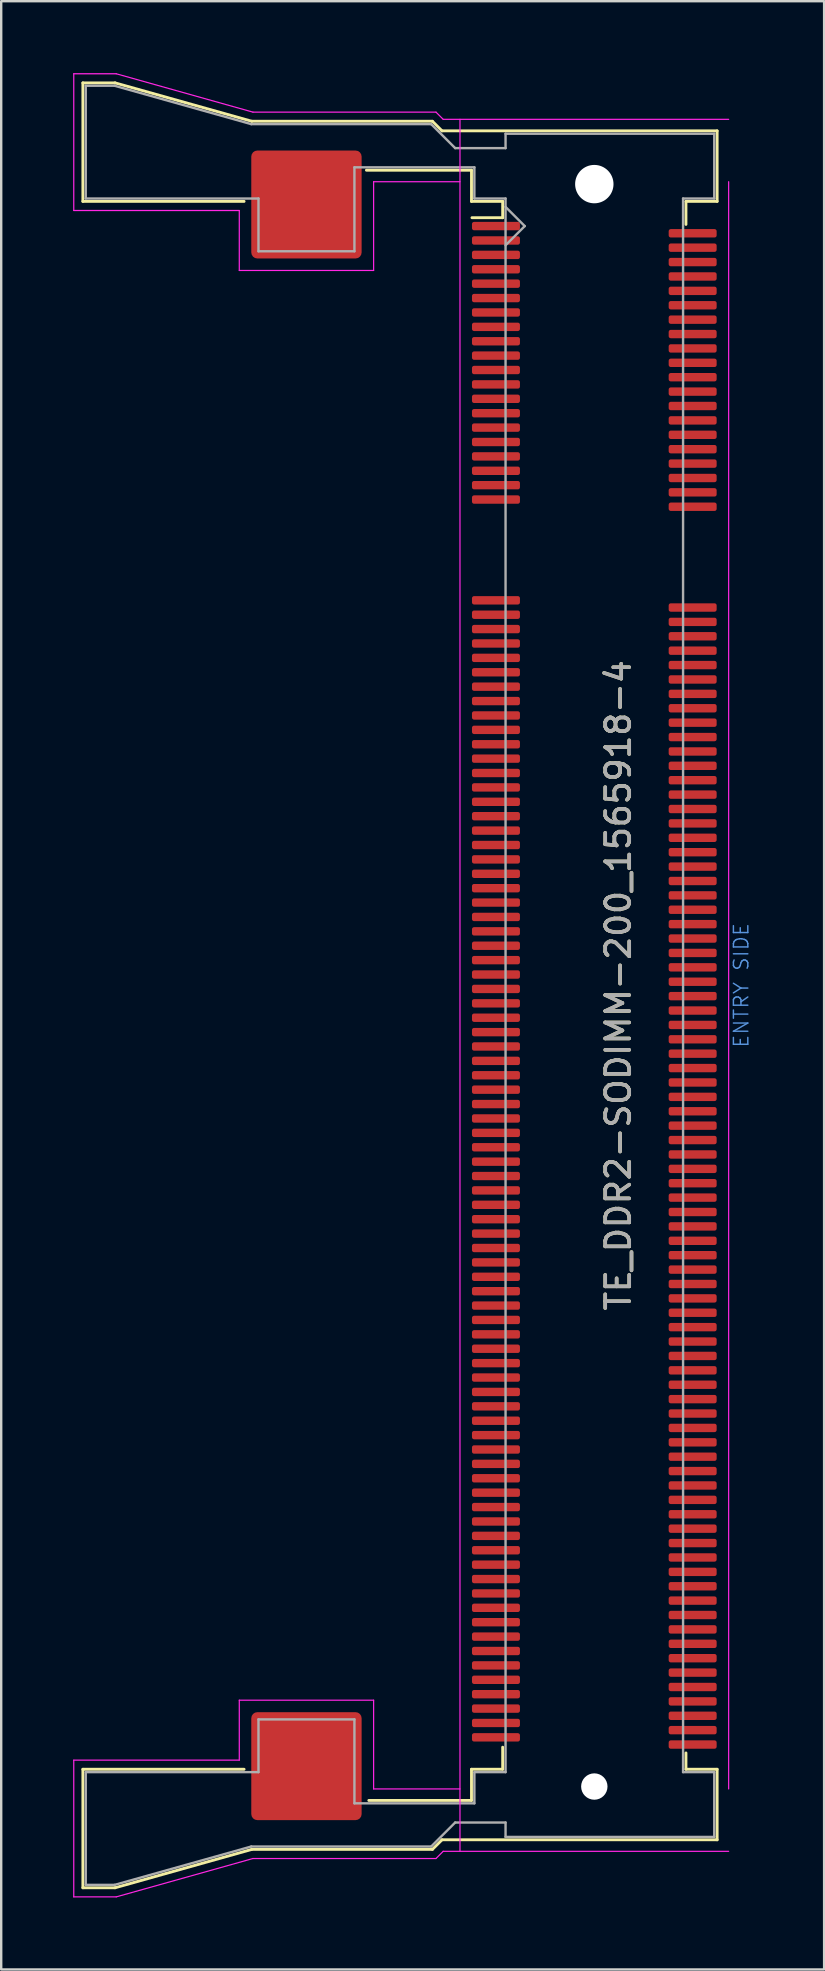
<source format=kicad_pcb>
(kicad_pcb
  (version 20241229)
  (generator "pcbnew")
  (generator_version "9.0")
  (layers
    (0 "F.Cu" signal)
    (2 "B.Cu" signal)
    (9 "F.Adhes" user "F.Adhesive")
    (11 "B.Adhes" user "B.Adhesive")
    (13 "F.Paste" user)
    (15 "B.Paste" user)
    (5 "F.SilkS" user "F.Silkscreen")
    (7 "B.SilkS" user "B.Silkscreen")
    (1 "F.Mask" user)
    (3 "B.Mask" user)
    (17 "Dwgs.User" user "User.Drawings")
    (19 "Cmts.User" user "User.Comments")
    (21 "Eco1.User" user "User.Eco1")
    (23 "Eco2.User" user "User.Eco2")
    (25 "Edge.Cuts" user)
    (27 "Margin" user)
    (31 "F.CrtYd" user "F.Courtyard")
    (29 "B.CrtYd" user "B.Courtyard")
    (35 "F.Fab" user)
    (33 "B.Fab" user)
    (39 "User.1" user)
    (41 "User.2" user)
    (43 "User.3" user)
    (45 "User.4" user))
  (footprint "TE_DDR2-SODIMM-200_1565918-4"
    (layer "F.Cu")
    (at 26.325 38.025)
    (property "Reference" "TE_DDR2-SODIMM-200_1565918-4" (at -3.6 0 90) (layer "F.SilkS") (effects (font (size 1 1) (thickness 0.15))))
    (attr smd)
    (fp_line (start -25.92 -37.62) (end -25.92 -32.68) (stroke (width 0.12) (type solid)) (layer "F.SilkS"))
    (fp_line (start -25.92 37.62) (end -25.92 32.68) (stroke (width 0.12) (type solid)) (layer "F.SilkS"))
    (fp_line (start -24.58 -37.62) (end -25.92 -37.62) (stroke (width 0.12) (type solid)) (layer "F.SilkS"))
    (fp_line (start -24.58 37.62) (end -25.92 37.62) (stroke (width 0.12) (type solid)) (layer "F.SilkS"))
    (fp_line (start -19.2 -32.68) (end -25.92 -32.68) (stroke (width 0.12) (type solid)) (layer "F.SilkS"))
    (fp_line (start -19.2 32.68) (end -25.92 32.68) (stroke (width 0.12) (type solid)) (layer "F.SilkS"))
    (fp_line (start -18.88 -36.02) (end -24.58 -37.62) (stroke (width 0.12) (type solid)) (layer "F.SilkS"))
    (fp_line (start -18.88 -36.02) (end -11.35 -36.02) (stroke (width 0.12) (type solid)) (layer "F.SilkS"))
    (fp_line (start -18.88 36.02) (end -24.58 37.62) (stroke (width 0.12) (type solid)) (layer "F.SilkS"))
    (fp_line (start -18.88 36.02) (end -11.35 36.02) (stroke (width 0.12) (type solid)) (layer "F.SilkS"))
    (fp_line (start -14 33.98) (end -9.72 33.98) (stroke (width 0.12) (type solid)) (layer "F.SilkS"))
    (fp_line (start -10.95 -35.62) (end -11.35 -36.02) (stroke (width 0.12) (type solid)) (layer "F.SilkS"))
    (fp_line (start -10.95 35.62) (end -11.35 36.02) (stroke (width 0.12) (type solid)) (layer "F.SilkS"))
    (fp_line (start -9.72 -33.98) (end -14.1 -33.98) (stroke (width 0.12) (type solid)) (layer "F.SilkS"))
    (fp_line (start -9.72 -32.68) (end -9.72 -33.98) (stroke (width 0.12) (type solid)) (layer "F.SilkS"))
    (fp_line (start -9.72 33.98) (end -9.72 32.68) (stroke (width 0.12) (type solid)) (layer "F.SilkS"))
    (fp_line (start -9.7 -32) (end -8.42 -32) (stroke (width 0.12) (type solid)) (layer "F.SilkS"))
    (fp_line (start -8.42 -32.68) (end -9.72 -32.68) (stroke (width 0.12) (type solid)) (layer "F.SilkS"))
    (fp_line (start -8.42 -32.68) (end -8.42 -32) (stroke (width 0.12) (type solid)) (layer "F.SilkS"))
    (fp_line (start -8.42 32.68) (end -9.72 32.68) (stroke (width 0.12) (type solid)) (layer "F.SilkS"))
    (fp_line (start -8.42 32.68) (end -8.42 31.76) (stroke (width 0.12) (type solid)) (layer "F.SilkS"))
    (fp_line (start -0.78 -32.68) (end -0.78 -31.72) (stroke (width 0.12) (type solid)) (layer "F.SilkS"))
    (fp_line (start -0.78 -32.68) (end 0.52 -32.68) (stroke (width 0.12) (type solid)) (layer "F.SilkS"))
    (fp_line (start -0.78 32.68) (end -0.78 32) (stroke (width 0.12) (type solid)) (layer "F.SilkS"))
    (fp_line (start 0.52 -35.62) (end -10.95 -35.62) (stroke (width 0.12) (type solid)) (layer "F.SilkS"))
    (fp_line (start 0.52 -32.68) (end 0.52 -35.62) (stroke (width 0.12) (type solid)) (layer "F.SilkS"))
    (fp_line (start 0.52 32.68) (end -0.78 32.68) (stroke (width 0.12) (type solid)) (layer "F.SilkS"))
    (fp_line (start 0.52 32.68) (end 0.52 35.62) (stroke (width 0.12) (type solid)) (layer "F.SilkS"))
    (fp_line (start 0.52 35.62) (end -10.95 35.62) (stroke (width 0.12) (type solid)) (layer "F.SilkS"))
    (fp_line (start -26.3 -38) (end -24.53 -38) (stroke (width 0.05) (type solid)) (layer "F.CrtYd"))
    (fp_line (start -26.3 -32.3) (end -26.3 -38) (stroke (width 0.05) (type solid)) (layer "F.CrtYd"))
    (fp_line (start -26.3 -32.3) (end -19.4 -32.3) (stroke (width 0.05) (type solid)) (layer "F.CrtYd"))
    (fp_line (start -26.3 32.3) (end -26.3 38) (stroke (width 0.05) (type solid)) (layer "F.CrtYd"))
    (fp_line (start -26.3 32.3) (end -19.4 32.3) (stroke (width 0.05) (type solid)) (layer "F.CrtYd"))
    (fp_line (start -26.3 38) (end -24.53 38) (stroke (width 0.05) (type solid)) (layer "F.CrtYd"))
    (fp_line (start -19.4 -29.8) (end -19.4 -32.3) (stroke (width 0.05) (type solid)) (layer "F.CrtYd"))
    (fp_line (start -19.4 -29.8) (end -13.8 -29.8) (stroke (width 0.05) (type solid)) (layer "F.CrtYd"))
    (fp_line (start -19.4 29.8) (end -19.4 32.3) (stroke (width 0.05) (type solid)) (layer "F.CrtYd"))
    (fp_line (start -19.4 29.8) (end -13.8 29.8) (stroke (width 0.05) (type solid)) (layer "F.CrtYd"))
    (fp_line (start -18.83 -36.4) (end -24.53 -38) (stroke (width 0.05) (type solid)) (layer "F.CrtYd"))
    (fp_line (start -18.83 -36.4) (end -11.2 -36.4) (stroke (width 0.05) (type solid)) (layer "F.CrtYd"))
    (fp_line (start -18.83 36.4) (end -24.53 38) (stroke (width 0.05) (type solid)) (layer "F.CrtYd"))
    (fp_line (start -18.83 36.4) (end -11.2 36.4) (stroke (width 0.05) (type solid)) (layer "F.CrtYd"))
    (fp_line (start -13.8 -33.5) (end -10.2 -33.5) (stroke (width 0.05) (type solid)) (layer "F.CrtYd"))
    (fp_line (start -13.8 -29.8) (end -13.8 -33.5) (stroke (width 0.05) (type solid)) (layer "F.CrtYd"))
    (fp_line (start -13.8 29.8) (end -13.8 33.5) (stroke (width 0.05) (type solid)) (layer "F.CrtYd"))
    (fp_line (start -13.8 33.5) (end -10.2 33.5) (stroke (width 0.05) (type solid)) (layer "F.CrtYd"))
    (fp_line (start -11.2 -36.4) (end -10.9 -36.1) (stroke (width 0.05) (type solid)) (layer "F.CrtYd"))
    (fp_line (start -10.9 36.1) (end -11.2 36.4) (stroke (width 0.05) (type solid)) (layer "F.CrtYd"))
    (fp_line (start -10.2 -36.1) (end -10.2 36.1) (stroke (width 0.05) (type solid)) (layer "F.CrtYd"))
    (fp_line (start 1 -36.1) (end -10.9 -36.1) (stroke (width 0.05) (type solid)) (layer "F.CrtYd"))
    (fp_line (start 1 -33.5) (end 1 33.5) (stroke (width 0.05) (type solid)) (layer "F.CrtYd"))
    (fp_line (start 1 36.1) (end -10.9 36.1) (stroke (width 0.05) (type solid)) (layer "F.CrtYd"))
    (fp_line (start -25.8 -37.5) (end -25.8 -32.8) (stroke (width 0.1) (type solid)) (layer "F.Fab"))
    (fp_line (start -25.8 -37.5) (end -24.6 -37.5) (stroke (width 0.1) (type solid)) (layer "F.Fab"))
    (fp_line (start -25.8 37.5) (end -25.8 32.8) (stroke (width 0.1) (type solid)) (layer "F.Fab"))
    (fp_line (start -25.8 37.5) (end -24.6 37.5) (stroke (width 0.1) (type solid)) (layer "F.Fab"))
    (fp_line (start -18.9 -35.9) (end -24.599 -37.5) (stroke (width 0.1) (type solid)) (layer "F.Fab"))
    (fp_line (start -18.9 -35.9) (end -11.4 -35.9) (stroke (width 0.1) (type solid)) (layer "F.Fab"))
    (fp_line (start -18.9 35.9) (end -24.6 37.5) (stroke (width 0.1) (type solid)) (layer "F.Fab"))
    (fp_line (start -18.9 35.9) (end -11.4 35.9) (stroke (width 0.1) (type solid)) (layer "F.Fab"))
    (fp_line (start -18.6 -32.8) (end -25.8 -32.8) (stroke (width 0.1) (type solid)) (layer "F.Fab"))
    (fp_line (start -18.6 -30.6) (end -18.6 -32.8) (stroke (width 0.1) (type solid)) (layer "F.Fab"))
    (fp_line (start -18.6 30.6) (end -18.6 32.8) (stroke (width 0.1) (type solid)) (layer "F.Fab"))
    (fp_line (start -18.6 32.8) (end -25.8 32.8) (stroke (width 0.1) (type solid)) (layer "F.Fab"))
    (fp_line (start -14.6 -34.1) (end -14.6 -30.6) (stroke (width 0.1) (type solid)) (layer "F.Fab"))
    (fp_line (start -14.6 -30.6) (end -18.6 -30.6) (stroke (width 0.1) (type solid)) (layer "F.Fab"))
    (fp_line (start -14.6 30.6) (end -18.6 30.6) (stroke (width 0.1) (type solid)) (layer "F.Fab"))
    (fp_line (start -14.6 34.1) (end -14.6 30.6) (stroke (width 0.1) (type solid)) (layer "F.Fab"))
    (fp_line (start -10.4 -34.9) (end -11.4 -35.9) (stroke (width 0.1) (type solid)) (layer "F.Fab"))
    (fp_line (start -10.4 -34.9) (end -8.3 -34.9) (stroke (width 0.1) (type solid)) (layer "F.Fab"))
    (fp_line (start -10.4 34.9) (end -11.4 35.9) (stroke (width 0.1) (type solid)) (layer "F.Fab"))
    (fp_line (start -9.6 -34.1) (end -14.6 -34.1) (stroke (width 0.1) (type solid)) (layer "F.Fab"))
    (fp_line (start -9.6 -32.8) (end -9.6 -34.1) (stroke (width 0.1) (type solid)) (layer "F.Fab"))
    (fp_line (start -9.6 32.8) (end -8.3 32.8) (stroke (width 0.1) (type solid)) (layer "F.Fab"))
    (fp_line (start -9.6 34.1) (end -14.6 34.1) (stroke (width 0.1) (type solid)) (layer "F.Fab"))
    (fp_line (start -9.6 34.1) (end -9.6 32.8) (stroke (width 0.1) (type solid)) (layer "F.Fab"))
    (fp_line (start -8.3 -35.5) (end -8.3 -34.9) (stroke (width 0.1) (type solid)) (layer "F.Fab"))
    (fp_line (start -8.3 -32.8) (end -9.6 -32.8) (stroke (width 0.1) (type solid)) (layer "F.Fab"))
    (fp_line (start -8.3 32.8) (end -8.3 -32.8) (stroke (width 0.1) (type solid)) (layer "F.Fab"))
    (fp_line (start -8.3 34.9) (end -10.4 34.9) (stroke (width 0.1) (type solid)) (layer "F.Fab"))
    (fp_line (start -8.3 34.9) (end -8.3 35.5) (stroke (width 0.1) (type solid)) (layer "F.Fab"))
    (fp_line (start -8.3 35.5) (end 0.4 35.5) (stroke (width 0.1) (type solid)) (layer "F.Fab"))
    (fp_line (start -7.5 -31.65) (end -8.3 -32.45) (stroke (width 0.1) (type solid)) (layer "F.Fab"))
    (fp_line (start -7.5 -31.65) (end -8.3 -30.85) (stroke (width 0.1) (type solid)) (layer "F.Fab"))
    (fp_line (start -0.9 -32.8) (end -0.9 32.8) (stroke (width 0.1) (type solid)) (layer "F.Fab"))
    (fp_line (start 0.4 -35.5) (end -8.3 -35.5) (stroke (width 0.1) (type solid)) (layer "F.Fab"))
    (fp_line (start 0.4 -35.5) (end 0.4 -32.8) (stroke (width 0.1) (type solid)) (layer "F.Fab"))
    (fp_line (start 0.4 -32.8) (end -0.9 -32.8) (stroke (width 0.1) (type solid)) (layer "F.Fab"))
    (fp_line (start 0.4 32.8) (end -0.9 32.8) (stroke (width 0.1) (type solid)) (layer "F.Fab"))
    (fp_line (start 0.4 35.5) (end 0.4 32.8) (stroke (width 0.1) (type solid)) (layer "F.Fab"))
    (fp_text user "ENTRY SIDE" (at 1.524 0 90) (layer "Cmts.User") (effects (font (size 0.6 0.6) (thickness 0.06))))
    (fp_text user "${REFERENCE}" (at -3.6 0 90) (layer "F.Fab") (effects (font (size 1 1) (thickness 0.15))))
    (pad "" smd roundrect (at -16.6 -32.55) (size 4.6 4.5) (layers "F.Cu" "F.Mask" "F.Paste") (roundrect_rratio 0.056))
    (pad "" smd roundrect (at -16.6 32.55) (size 4.6 4.5) (layers "F.Cu" "F.Mask" "F.Paste") (roundrect_rratio 0.056))
    (pad "" np_thru_hole circle (at -4.6 -33.4) (size 1.6 1.6) (drill 1.6) (layers "*.Cu"))
    (pad "" np_thru_hole circle (at -4.6 33.4) (size 1.1 1.1) (drill 1.1) (layers "*.Cu"))
    (pad "1" smd roundrect (at -8.7 -31.65) (size 2 0.35) (layers "F.Cu" "F.Mask" "F.Paste") (roundrect_rratio 0.25))
    (pad "2" smd roundrect (at -0.5 -31.35) (size 2 0.35) (layers "F.Cu" "F.Mask" "F.Paste") (roundrect_rratio 0.25))
    (pad "3" smd roundrect (at -8.7 -31.05) (size 2 0.35) (layers "F.Cu" "F.Mask" "F.Paste") (roundrect_rratio 0.25))
    (pad "4" smd roundrect (at -0.5 -30.75) (size 2 0.35) (layers "F.Cu" "F.Mask" "F.Paste") (roundrect_rratio 0.25))
    (pad "5" smd roundrect (at -8.7 -30.45) (size 2 0.35) (layers "F.Cu" "F.Mask" "F.Paste") (roundrect_rratio 0.25))
    (pad "6" smd roundrect (at -0.5 -30.15) (size 2 0.35) (layers "F.Cu" "F.Mask" "F.Paste") (roundrect_rratio 0.25))
    (pad "7" smd roundrect (at -8.7 -29.85) (size 2 0.35) (layers "F.Cu" "F.Mask" "F.Paste") (roundrect_rratio 0.25))
    (pad "8" smd roundrect (at -0.5 -29.55) (size 2 0.35) (layers "F.Cu" "F.Mask" "F.Paste") (roundrect_rratio 0.25))
    (pad "9" smd roundrect (at -8.7 -29.25) (size 2 0.35) (layers "F.Cu" "F.Mask" "F.Paste") (roundrect_rratio 0.25))
    (pad "10" smd roundrect (at -0.5 -28.95) (size 2 0.35) (layers "F.Cu" "F.Mask" "F.Paste") (roundrect_rratio 0.25))
    (pad "11" smd roundrect (at -8.7 -28.65) (size 2 0.35) (layers "F.Cu" "F.Mask" "F.Paste") (roundrect_rratio 0.25))
    (pad "12" smd roundrect (at -0.5 -28.35) (size 2 0.35) (layers "F.Cu" "F.Mask" "F.Paste") (roundrect_rratio 0.25))
    (pad "13" smd roundrect (at -8.7 -28.05) (size 2 0.35) (layers "F.Cu" "F.Mask" "F.Paste") (roundrect_rratio 0.25))
    (pad "14" smd roundrect (at -0.5 -27.75) (size 2 0.35) (layers "F.Cu" "F.Mask" "F.Paste") (roundrect_rratio 0.25))
    (pad "15" smd roundrect (at -8.7 -27.45) (size 2 0.35) (layers "F.Cu" "F.Mask" "F.Paste") (roundrect_rratio 0.25))
    (pad "16" smd roundrect (at -0.5 -27.15) (size 2 0.35) (layers "F.Cu" "F.Mask" "F.Paste") (roundrect_rratio 0.25))
    (pad "17" smd roundrect (at -8.7 -26.85) (size 2 0.35) (layers "F.Cu" "F.Mask" "F.Paste") (roundrect_rratio 0.25))
    (pad "18" smd roundrect (at -0.5 -26.55) (size 2 0.35) (layers "F.Cu" "F.Mask" "F.Paste") (roundrect_rratio 0.25))
    (pad "19" smd roundrect (at -8.7 -26.25) (size 2 0.35) (layers "F.Cu" "F.Mask" "F.Paste") (roundrect_rratio 0.25))
    (pad "20" smd roundrect (at -0.5 -25.95) (size 2 0.35) (layers "F.Cu" "F.Mask" "F.Paste") (roundrect_rratio 0.25))
    (pad "21" smd roundrect (at -8.7 -25.65) (size 2 0.35) (layers "F.Cu" "F.Mask" "F.Paste") (roundrect_rratio 0.25))
    (pad "22" smd roundrect (at -0.5 -25.35) (size 2 0.35) (layers "F.Cu" "F.Mask" "F.Paste") (roundrect_rratio 0.25))
    (pad "23" smd roundrect (at -8.7 -25.05) (size 2 0.35) (layers "F.Cu" "F.Mask" "F.Paste") (roundrect_rratio 0.25))
    (pad "24" smd roundrect (at -0.5 -24.75) (size 2 0.35) (layers "F.Cu" "F.Mask" "F.Paste") (roundrect_rratio 0.25))
    (pad "25" smd roundrect (at -8.7 -24.45) (size 2 0.35) (layers "F.Cu" "F.Mask" "F.Paste") (roundrect_rratio 0.25))
    (pad "26" smd roundrect (at -0.5 -24.15) (size 2 0.35) (layers "F.Cu" "F.Mask" "F.Paste") (roundrect_rratio 0.25))
    (pad "27" smd roundrect (at -8.7 -23.85) (size 2 0.35) (layers "F.Cu" "F.Mask" "F.Paste") (roundrect_rratio 0.25))
    (pad "28" smd roundrect (at -0.5 -23.55) (size 2 0.35) (layers "F.Cu" "F.Mask" "F.Paste") (roundrect_rratio 0.25))
    (pad "29" smd roundrect (at -8.7 -23.25) (size 2 0.35) (layers "F.Cu" "F.Mask" "F.Paste") (roundrect_rratio 0.25))
    (pad "30" smd roundrect (at -0.5 -22.95) (size 2 0.35) (layers "F.Cu" "F.Mask" "F.Paste") (roundrect_rratio 0.25))
    (pad "31" smd roundrect (at -8.7 -22.65) (size 2 0.35) (layers "F.Cu" "F.Mask" "F.Paste") (roundrect_rratio 0.25))
    (pad "32" smd roundrect (at -0.5 -22.35) (size 2 0.35) (layers "F.Cu" "F.Mask" "F.Paste") (roundrect_rratio 0.25))
    (pad "33" smd roundrect (at -8.7 -22.05) (size 2 0.35) (layers "F.Cu" "F.Mask" "F.Paste") (roundrect_rratio 0.25))
    (pad "34" smd roundrect (at -0.5 -21.75) (size 2 0.35) (layers "F.Cu" "F.Mask" "F.Paste") (roundrect_rratio 0.25))
    (pad "35" smd roundrect (at -8.7 -21.45) (size 2 0.35) (layers "F.Cu" "F.Mask" "F.Paste") (roundrect_rratio 0.25))
    (pad "36" smd roundrect (at -0.5 -21.15) (size 2 0.35) (layers "F.Cu" "F.Mask" "F.Paste") (roundrect_rratio 0.25))
    (pad "37" smd roundrect (at -8.7 -20.85) (size 2 0.35) (layers "F.Cu" "F.Mask" "F.Paste") (roundrect_rratio 0.25))
    (pad "38" smd roundrect (at -0.5 -20.55) (size 2 0.35) (layers "F.Cu" "F.Mask" "F.Paste") (roundrect_rratio 0.25))
    (pad "39" smd roundrect (at -8.7 -20.25) (size 2 0.35) (layers "F.Cu" "F.Mask" "F.Paste") (roundrect_rratio 0.25))
    (pad "40" smd roundrect (at -0.5 -19.95) (size 2 0.35) (layers "F.Cu" "F.Mask" "F.Paste") (roundrect_rratio 0.25))
    (pad "41" smd roundrect (at -8.7 -16.05) (size 2 0.35) (layers "F.Cu" "F.Mask" "F.Paste") (roundrect_rratio 0.25))
    (pad "42" smd roundrect (at -0.5 -15.75) (size 2 0.35) (layers "F.Cu" "F.Mask" "F.Paste") (roundrect_rratio 0.25))
    (pad "43" smd roundrect (at -8.7 -15.45) (size 2 0.35) (layers "F.Cu" "F.Mask" "F.Paste") (roundrect_rratio 0.25))
    (pad "44" smd roundrect (at -0.5 -15.15) (size 2 0.35) (layers "F.Cu" "F.Mask" "F.Paste") (roundrect_rratio 0.25))
    (pad "45" smd roundrect (at -8.7 -14.85) (size 2 0.35) (layers "F.Cu" "F.Mask" "F.Paste") (roundrect_rratio 0.25))
    (pad "46" smd roundrect (at -0.5 -14.55) (size 2 0.35) (layers "F.Cu" "F.Mask" "F.Paste") (roundrect_rratio 0.25))
    (pad "47" smd roundrect (at -8.7 -14.25) (size 2 0.35) (layers "F.Cu" "F.Mask" "F.Paste") (roundrect_rratio 0.25))
    (pad "48" smd roundrect (at -0.5 -13.95) (size 2 0.35) (layers "F.Cu" "F.Mask" "F.Paste") (roundrect_rratio 0.25))
    (pad "49" smd roundrect (at -8.7 -13.65) (size 2 0.35) (layers "F.Cu" "F.Mask" "F.Paste") (roundrect_rratio 0.25))
    (pad "50" smd roundrect (at -0.5 -13.35) (size 2 0.35) (layers "F.Cu" "F.Mask" "F.Paste") (roundrect_rratio 0.25))
    (pad "51" smd roundrect (at -8.7 -13.05) (size 2 0.35) (layers "F.Cu" "F.Mask" "F.Paste") (roundrect_rratio 0.25))
    (pad "52" smd roundrect (at -0.5 -12.75) (size 2 0.35) (layers "F.Cu" "F.Mask" "F.Paste") (roundrect_rratio 0.25))
    (pad "53" smd roundrect (at -8.7 -12.45) (size 2 0.35) (layers "F.Cu" "F.Mask" "F.Paste") (roundrect_rratio 0.25))
    (pad "54" smd roundrect (at -0.5 -12.15) (size 2 0.35) (layers "F.Cu" "F.Mask" "F.Paste") (roundrect_rratio 0.25))
    (pad "55" smd roundrect (at -8.7 -11.85) (size 2 0.35) (layers "F.Cu" "F.Mask" "F.Paste") (roundrect_rratio 0.25))
    (pad "56" smd roundrect (at -0.5 -11.55) (size 2 0.35) (layers "F.Cu" "F.Mask" "F.Paste") (roundrect_rratio 0.25))
    (pad "57" smd roundrect (at -8.7 -11.25) (size 2 0.35) (layers "F.Cu" "F.Mask" "F.Paste") (roundrect_rratio 0.25))
    (pad "58" smd roundrect (at -0.5 -10.95) (size 2 0.35) (layers "F.Cu" "F.Mask" "F.Paste") (roundrect_rratio 0.25))
    (pad "59" smd roundrect (at -8.7 -10.65) (size 2 0.35) (layers "F.Cu" "F.Mask" "F.Paste") (roundrect_rratio 0.25))
    (pad "60" smd roundrect (at -0.5 -10.35) (size 2 0.35) (layers "F.Cu" "F.Mask" "F.Paste") (roundrect_rratio 0.25))
    (pad "61" smd roundrect (at -8.7 -10.05) (size 2 0.35) (layers "F.Cu" "F.Mask" "F.Paste") (roundrect_rratio 0.25))
    (pad "62" smd roundrect (at -0.5 -9.75) (size 2 0.35) (layers "F.Cu" "F.Mask" "F.Paste") (roundrect_rratio 0.25))
    (pad "63" smd roundrect (at -8.7 -9.45) (size 2 0.35) (layers "F.Cu" "F.Mask" "F.Paste") (roundrect_rratio 0.25))
    (pad "64" smd roundrect (at -0.5 -9.15) (size 2 0.35) (layers "F.Cu" "F.Mask" "F.Paste") (roundrect_rratio 0.25))
    (pad "65" smd roundrect (at -8.7 -8.85) (size 2 0.35) (layers "F.Cu" "F.Mask" "F.Paste") (roundrect_rratio 0.25))
    (pad "66" smd roundrect (at -0.5 -8.55) (size 2 0.35) (layers "F.Cu" "F.Mask" "F.Paste") (roundrect_rratio 0.25))
    (pad "67" smd roundrect (at -8.7 -8.25) (size 2 0.35) (layers "F.Cu" "F.Mask" "F.Paste") (roundrect_rratio 0.25))
    (pad "68" smd roundrect (at -0.5 -7.95) (size 2 0.35) (layers "F.Cu" "F.Mask" "F.Paste") (roundrect_rratio 0.25))
    (pad "69" smd roundrect (at -8.7 -7.65) (size 2 0.35) (layers "F.Cu" "F.Mask" "F.Paste") (roundrect_rratio 0.25))
    (pad "70" smd roundrect (at -0.5 -7.35) (size 2 0.35) (layers "F.Cu" "F.Mask" "F.Paste") (roundrect_rratio 0.25))
    (pad "71" smd roundrect (at -8.7 -7.05) (size 2 0.35) (layers "F.Cu" "F.Mask" "F.Paste") (roundrect_rratio 0.25))
    (pad "72" smd roundrect (at -0.5 -6.75) (size 2 0.35) (layers "F.Cu" "F.Mask" "F.Paste") (roundrect_rratio 0.25))
    (pad "73" smd roundrect (at -8.7 -6.45) (size 2 0.35) (layers "F.Cu" "F.Mask" "F.Paste") (roundrect_rratio 0.25))
    (pad "74" smd roundrect (at -0.5 -6.15) (size 2 0.35) (layers "F.Cu" "F.Mask" "F.Paste") (roundrect_rratio 0.25))
    (pad "75" smd roundrect (at -8.7 -5.85) (size 2 0.35) (layers "F.Cu" "F.Mask" "F.Paste") (roundrect_rratio 0.25))
    (pad "76" smd roundrect (at -0.5 -5.55) (size 2 0.35) (layers "F.Cu" "F.Mask" "F.Paste") (roundrect_rratio 0.25))
    (pad "77" smd roundrect (at -8.7 -5.25) (size 2 0.35) (layers "F.Cu" "F.Mask" "F.Paste") (roundrect_rratio 0.25))
    (pad "78" smd roundrect (at -0.5 -4.95) (size 2 0.35) (layers "F.Cu" "F.Mask" "F.Paste") (roundrect_rratio 0.25))
    (pad "79" smd roundrect (at -8.7 -4.65) (size 2 0.35) (layers "F.Cu" "F.Mask" "F.Paste") (roundrect_rratio 0.25))
    (pad "80" smd roundrect (at -0.5 -4.35) (size 2 0.35) (layers "F.Cu" "F.Mask" "F.Paste") (roundrect_rratio 0.25))
    (pad "81" smd roundrect (at -8.7 -4.05) (size 2 0.35) (layers "F.Cu" "F.Mask" "F.Paste") (roundrect_rratio 0.25))
    (pad "82" smd roundrect (at -0.5 -3.75) (size 2 0.35) (layers "F.Cu" "F.Mask" "F.Paste") (roundrect_rratio 0.25))
    (pad "83" smd roundrect (at -8.7 -3.45) (size 2 0.35) (layers "F.Cu" "F.Mask" "F.Paste") (roundrect_rratio 0.25))
    (pad "84" smd roundrect (at -0.5 -3.15) (size 2 0.35) (layers "F.Cu" "F.Mask" "F.Paste") (roundrect_rratio 0.25))
    (pad "85" smd roundrect (at -8.7 -2.85) (size 2 0.35) (layers "F.Cu" "F.Mask" "F.Paste") (roundrect_rratio 0.25))
    (pad "86" smd roundrect (at -0.5 -2.55) (size 2 0.35) (layers "F.Cu" "F.Mask" "F.Paste") (roundrect_rratio 0.25))
    (pad "87" smd roundrect (at -8.7 -2.25) (size 2 0.35) (layers "F.Cu" "F.Mask" "F.Paste") (roundrect_rratio 0.25))
    (pad "88" smd roundrect (at -0.5 -1.95) (size 2 0.35) (layers "F.Cu" "F.Mask" "F.Paste") (roundrect_rratio 0.25))
    (pad "89" smd roundrect (at -8.7 -1.65) (size 2 0.35) (layers "F.Cu" "F.Mask" "F.Paste") (roundrect_rratio 0.25))
    (pad "90" smd roundrect (at -0.5 -1.35) (size 2 0.35) (layers "F.Cu" "F.Mask" "F.Paste") (roundrect_rratio 0.25))
    (pad "91" smd roundrect (at -8.7 -1.05) (size 2 0.35) (layers "F.Cu" "F.Mask" "F.Paste") (roundrect_rratio 0.25))
    (pad "92" smd roundrect (at -0.5 -0.75) (size 2 0.35) (layers "F.Cu" "F.Mask" "F.Paste") (roundrect_rratio 0.25))
    (pad "93" smd roundrect (at -8.7 -0.45) (size 2 0.35) (layers "F.Cu" "F.Mask" "F.Paste") (roundrect_rratio 0.25))
    (pad "94" smd roundrect (at -0.5 -0.15) (size 2 0.35) (layers "F.Cu" "F.Mask" "F.Paste") (roundrect_rratio 0.25))
    (pad "95" smd roundrect (at -8.7 0.15) (size 2 0.35) (layers "F.Cu" "F.Mask" "F.Paste") (roundrect_rratio 0.25))
    (pad "96" smd roundrect (at -0.5 0.45) (size 2 0.35) (layers "F.Cu" "F.Mask" "F.Paste") (roundrect_rratio 0.25))
    (pad "97" smd roundrect (at -8.7 0.75) (size 2 0.35) (layers "F.Cu" "F.Mask" "F.Paste") (roundrect_rratio 0.25))
    (pad "98" smd roundrect (at -0.5 1.05) (size 2 0.35) (layers "F.Cu" "F.Mask" "F.Paste") (roundrect_rratio 0.25))
    (pad "99" smd roundrect (at -8.7 1.35) (size 2 0.35) (layers "F.Cu" "F.Mask" "F.Paste") (roundrect_rratio 0.25))
    (pad "100" smd roundrect (at -0.5 1.65) (size 2 0.35) (layers "F.Cu" "F.Mask" "F.Paste") (roundrect_rratio 0.25))
    (pad "101" smd roundrect (at -8.7 1.95) (size 2 0.35) (layers "F.Cu" "F.Mask" "F.Paste") (roundrect_rratio 0.25))
    (pad "102" smd roundrect (at -0.5 2.25) (size 2 0.35) (layers "F.Cu" "F.Mask" "F.Paste") (roundrect_rratio 0.25))
    (pad "103" smd roundrect (at -8.7 2.55) (size 2 0.35) (layers "F.Cu" "F.Mask" "F.Paste") (roundrect_rratio 0.25))
    (pad "104" smd roundrect (at -0.5 2.85) (size 2 0.35) (layers "F.Cu" "F.Mask" "F.Paste") (roundrect_rratio 0.25))
    (pad "105" smd roundrect (at -8.7 3.15) (size 2 0.35) (layers "F.Cu" "F.Mask" "F.Paste") (roundrect_rratio 0.25))
    (pad "106" smd roundrect (at -0.5 3.45) (size 2 0.35) (layers "F.Cu" "F.Mask" "F.Paste") (roundrect_rratio 0.25))
    (pad "107" smd roundrect (at -8.7 3.75) (size 2 0.35) (layers "F.Cu" "F.Mask" "F.Paste") (roundrect_rratio 0.25))
    (pad "108" smd roundrect (at -0.5 4.05) (size 2 0.35) (layers "F.Cu" "F.Mask" "F.Paste") (roundrect_rratio 0.25))
    (pad "109" smd roundrect (at -8.7 4.35) (size 2 0.35) (layers "F.Cu" "F.Mask" "F.Paste") (roundrect_rratio 0.25))
    (pad "110" smd roundrect (at -0.5 4.65) (size 2 0.35) (layers "F.Cu" "F.Mask" "F.Paste") (roundrect_rratio 0.25))
    (pad "111" smd roundrect (at -8.7 4.95) (size 2 0.35) (layers "F.Cu" "F.Mask" "F.Paste") (roundrect_rratio 0.25))
    (pad "112" smd roundrect (at -0.5 5.25) (size 2 0.35) (layers "F.Cu" "F.Mask" "F.Paste") (roundrect_rratio 0.25))
    (pad "113" smd roundrect (at -8.7 5.55) (size 2 0.35) (layers "F.Cu" "F.Mask" "F.Paste") (roundrect_rratio 0.25))
    (pad "114" smd roundrect (at -0.5 5.85) (size 2 0.35) (layers "F.Cu" "F.Mask" "F.Paste") (roundrect_rratio 0.25))
    (pad "115" smd roundrect (at -8.7 6.15) (size 2 0.35) (layers "F.Cu" "F.Mask" "F.Paste") (roundrect_rratio 0.25))
    (pad "116" smd roundrect (at -0.5 6.45) (size 2 0.35) (layers "F.Cu" "F.Mask" "F.Paste") (roundrect_rratio 0.25))
    (pad "117" smd roundrect (at -8.7 6.75) (size 2 0.35) (layers "F.Cu" "F.Mask" "F.Paste") (roundrect_rratio 0.25))
    (pad "118" smd roundrect (at -0.5 7.05) (size 2 0.35) (layers "F.Cu" "F.Mask" "F.Paste") (roundrect_rratio 0.25))
    (pad "119" smd roundrect (at -8.7 7.35) (size 2 0.35) (layers "F.Cu" "F.Mask" "F.Paste") (roundrect_rratio 0.25))
    (pad "120" smd roundrect (at -0.5 7.65) (size 2 0.35) (layers "F.Cu" "F.Mask" "F.Paste") (roundrect_rratio 0.25))
    (pad "121" smd roundrect (at -8.7 7.95) (size 2 0.35) (layers "F.Cu" "F.Mask" "F.Paste") (roundrect_rratio 0.25))
    (pad "122" smd roundrect (at -0.5 8.25) (size 2 0.35) (layers "F.Cu" "F.Mask" "F.Paste") (roundrect_rratio 0.25))
    (pad "123" smd roundrect (at -8.7 8.55) (size 2 0.35) (layers "F.Cu" "F.Mask" "F.Paste") (roundrect_rratio 0.25))
    (pad "124" smd roundrect (at -0.5 8.85) (size 2 0.35) (layers "F.Cu" "F.Mask" "F.Paste") (roundrect_rratio 0.25))
    (pad "125" smd roundrect (at -8.7 9.15) (size 2 0.35) (layers "F.Cu" "F.Mask" "F.Paste") (roundrect_rratio 0.25))
    (pad "126" smd roundrect (at -0.5 9.45) (size 2 0.35) (layers "F.Cu" "F.Mask" "F.Paste") (roundrect_rratio 0.25))
    (pad "127" smd roundrect (at -8.7 9.75) (size 2 0.35) (layers "F.Cu" "F.Mask" "F.Paste") (roundrect_rratio 0.25))
    (pad "128" smd roundrect (at -0.5 10.05) (size 2 0.35) (layers "F.Cu" "F.Mask" "F.Paste") (roundrect_rratio 0.25))
    (pad "129" smd roundrect (at -8.7 10.35) (size 2 0.35) (layers "F.Cu" "F.Mask" "F.Paste") (roundrect_rratio 0.25))
    (pad "130" smd roundrect (at -0.5 10.65) (size 2 0.35) (layers "F.Cu" "F.Mask" "F.Paste") (roundrect_rratio 0.25))
    (pad "131" smd roundrect (at -8.7 10.95) (size 2 0.35) (layers "F.Cu" "F.Mask" "F.Paste") (roundrect_rratio 0.25))
    (pad "132" smd roundrect (at -0.5 11.25) (size 2 0.35) (layers "F.Cu" "F.Mask" "F.Paste") (roundrect_rratio 0.25))
    (pad "133" smd roundrect (at -8.7 11.55) (size 2 0.35) (layers "F.Cu" "F.Mask" "F.Paste") (roundrect_rratio 0.25))
    (pad "134" smd roundrect (at -0.5 11.85) (size 2 0.35) (layers "F.Cu" "F.Mask" "F.Paste") (roundrect_rratio 0.25))
    (pad "135" smd roundrect (at -8.7 12.15) (size 2 0.35) (layers "F.Cu" "F.Mask" "F.Paste") (roundrect_rratio 0.25))
    (pad "136" smd roundrect (at -0.5 12.45) (size 2 0.35) (layers "F.Cu" "F.Mask" "F.Paste") (roundrect_rratio 0.25))
    (pad "137" smd roundrect (at -8.7 12.75) (size 2 0.35) (layers "F.Cu" "F.Mask" "F.Paste") (roundrect_rratio 0.25))
    (pad "138" smd roundrect (at -0.5 13.05) (size 2 0.35) (layers "F.Cu" "F.Mask" "F.Paste") (roundrect_rratio 0.25))
    (pad "139" smd roundrect (at -8.7 13.35) (size 2 0.35) (layers "F.Cu" "F.Mask" "F.Paste") (roundrect_rratio 0.25))
    (pad "140" smd roundrect (at -0.5 13.65) (size 2 0.35) (layers "F.Cu" "F.Mask" "F.Paste") (roundrect_rratio 0.25))
    (pad "141" smd roundrect (at -8.7 13.95) (size 2 0.35) (layers "F.Cu" "F.Mask" "F.Paste") (roundrect_rratio 0.25))
    (pad "142" smd roundrect (at -0.5 14.25) (size 2 0.35) (layers "F.Cu" "F.Mask" "F.Paste") (roundrect_rratio 0.25))
    (pad "143" smd roundrect (at -8.7 14.55) (size 2 0.35) (layers "F.Cu" "F.Mask" "F.Paste") (roundrect_rratio 0.25))
    (pad "144" smd roundrect (at -0.5 14.85) (size 2 0.35) (layers "F.Cu" "F.Mask" "F.Paste") (roundrect_rratio 0.25))
    (pad "145" smd roundrect (at -8.7 15.15) (size 2 0.35) (layers "F.Cu" "F.Mask" "F.Paste") (roundrect_rratio 0.25))
    (pad "146" smd roundrect (at -0.5 15.45) (size 2 0.35) (layers "F.Cu" "F.Mask" "F.Paste") (roundrect_rratio 0.25))
    (pad "147" smd roundrect (at -8.7 15.75) (size 2 0.35) (layers "F.Cu" "F.Mask" "F.Paste") (roundrect_rratio 0.25))
    (pad "148" smd roundrect (at -0.5 16.05) (size 2 0.35) (layers "F.Cu" "F.Mask" "F.Paste") (roundrect_rratio 0.25))
    (pad "149" smd roundrect (at -8.7 16.35) (size 2 0.35) (layers "F.Cu" "F.Mask" "F.Paste") (roundrect_rratio 0.25))
    (pad "150" smd roundrect (at -0.5 16.65) (size 2 0.35) (layers "F.Cu" "F.Mask" "F.Paste") (roundrect_rratio 0.25))
    (pad "151" smd roundrect (at -8.7 16.95) (size 2 0.35) (layers "F.Cu" "F.Mask" "F.Paste") (roundrect_rratio 0.25))
    (pad "152" smd roundrect (at -0.5 17.25) (size 2 0.35) (layers "F.Cu" "F.Mask" "F.Paste") (roundrect_rratio 0.25))
    (pad "153" smd roundrect (at -8.7 17.55) (size 2 0.35) (layers "F.Cu" "F.Mask" "F.Paste") (roundrect_rratio 0.25))
    (pad "154" smd roundrect (at -0.5 17.85) (size 2 0.35) (layers "F.Cu" "F.Mask" "F.Paste") (roundrect_rratio 0.25))
    (pad "155" smd roundrect (at -8.7 18.15) (size 2 0.35) (layers "F.Cu" "F.Mask" "F.Paste") (roundrect_rratio 0.25))
    (pad "156" smd roundrect (at -0.5 18.45) (size 2 0.35) (layers "F.Cu" "F.Mask" "F.Paste") (roundrect_rratio 0.25))
    (pad "157" smd roundrect (at -8.7 18.75) (size 2 0.35) (layers "F.Cu" "F.Mask" "F.Paste") (roundrect_rratio 0.25))
    (pad "158" smd roundrect (at -0.5 19.05) (size 2 0.35) (layers "F.Cu" "F.Mask" "F.Paste") (roundrect_rratio 0.25))
    (pad "159" smd roundrect (at -8.7 19.35) (size 2 0.35) (layers "F.Cu" "F.Mask" "F.Paste") (roundrect_rratio 0.25))
    (pad "160" smd roundrect (at -0.5 19.65) (size 2 0.35) (layers "F.Cu" "F.Mask" "F.Paste") (roundrect_rratio 0.25))
    (pad "161" smd roundrect (at -8.7 19.95) (size 2 0.35) (layers "F.Cu" "F.Mask" "F.Paste") (roundrect_rratio 0.25))
    (pad "162" smd roundrect (at -0.5 20.25) (size 2 0.35) (layers "F.Cu" "F.Mask" "F.Paste") (roundrect_rratio 0.25))
    (pad "163" smd roundrect (at -8.7 20.55) (size 2 0.35) (layers "F.Cu" "F.Mask" "F.Paste") (roundrect_rratio 0.25))
    (pad "164" smd roundrect (at -0.5 20.85) (size 2 0.35) (layers "F.Cu" "F.Mask" "F.Paste") (roundrect_rratio 0.25))
    (pad "165" smd roundrect (at -8.7 21.15) (size 2 0.35) (layers "F.Cu" "F.Mask" "F.Paste") (roundrect_rratio 0.25))
    (pad "166" smd roundrect (at -0.5 21.45) (size 2 0.35) (layers "F.Cu" "F.Mask" "F.Paste") (roundrect_rratio 0.25))
    (pad "167" smd roundrect (at -8.7 21.75) (size 2 0.35) (layers "F.Cu" "F.Mask" "F.Paste") (roundrect_rratio 0.25))
    (pad "168" smd roundrect (at -0.5 22.05) (size 2 0.35) (layers "F.Cu" "F.Mask" "F.Paste") (roundrect_rratio 0.25))
    (pad "169" smd roundrect (at -8.7 22.35) (size 2 0.35) (layers "F.Cu" "F.Mask" "F.Paste") (roundrect_rratio 0.25))
    (pad "170" smd roundrect (at -0.5 22.65) (size 2 0.35) (layers "F.Cu" "F.Mask" "F.Paste") (roundrect_rratio 0.25))
    (pad "171" smd roundrect (at -8.7 22.95) (size 2 0.35) (layers "F.Cu" "F.Mask" "F.Paste") (roundrect_rratio 0.25))
    (pad "172" smd roundrect (at -0.5 23.25) (size 2 0.35) (layers "F.Cu" "F.Mask" "F.Paste") (roundrect_rratio 0.25))
    (pad "173" smd roundrect (at -8.7 23.55) (size 2 0.35) (layers "F.Cu" "F.Mask" "F.Paste") (roundrect_rratio 0.25))
    (pad "174" smd roundrect (at -0.5 23.85) (size 2 0.35) (layers "F.Cu" "F.Mask" "F.Paste") (roundrect_rratio 0.25))
    (pad "175" smd roundrect (at -8.7 24.15) (size 2 0.35) (layers "F.Cu" "F.Mask" "F.Paste") (roundrect_rratio 0.25))
    (pad "176" smd roundrect (at -0.5 24.45) (size 2 0.35) (layers "F.Cu" "F.Mask" "F.Paste") (roundrect_rratio 0.25))
    (pad "177" smd roundrect (at -8.7 24.75) (size 2 0.35) (layers "F.Cu" "F.Mask" "F.Paste") (roundrect_rratio 0.25))
    (pad "178" smd roundrect (at -0.5 25.05) (size 2 0.35) (layers "F.Cu" "F.Mask" "F.Paste") (roundrect_rratio 0.25))
    (pad "179" smd roundrect (at -8.7 25.35) (size 2 0.35) (layers "F.Cu" "F.Mask" "F.Paste") (roundrect_rratio 0.25))
    (pad "180" smd roundrect (at -0.5 25.65) (size 2 0.35) (layers "F.Cu" "F.Mask" "F.Paste") (roundrect_rratio 0.25))
    (pad "181" smd roundrect (at -8.7 25.95) (size 2 0.35) (layers "F.Cu" "F.Mask" "F.Paste") (roundrect_rratio 0.25))
    (pad "182" smd roundrect (at -0.5 26.25) (size 2 0.35) (layers "F.Cu" "F.Mask" "F.Paste") (roundrect_rratio 0.25))
    (pad "183" smd roundrect (at -8.7 26.55) (size 2 0.35) (layers "F.Cu" "F.Mask" "F.Paste") (roundrect_rratio 0.25))
    (pad "184" smd roundrect (at -0.5 26.85) (size 2 0.35) (layers "F.Cu" "F.Mask" "F.Paste") (roundrect_rratio 0.25))
    (pad "185" smd roundrect (at -8.7 27.15) (size 2 0.35) (layers "F.Cu" "F.Mask" "F.Paste") (roundrect_rratio 0.25))
    (pad "186" smd roundrect (at -0.5 27.45) (size 2 0.35) (layers "F.Cu" "F.Mask" "F.Paste") (roundrect_rratio 0.25))
    (pad "187" smd roundrect (at -8.7 27.75) (size 2 0.35) (layers "F.Cu" "F.Mask" "F.Paste") (roundrect_rratio 0.25))
    (pad "188" smd roundrect (at -0.5 28.05) (size 2 0.35) (layers "F.Cu" "F.Mask" "F.Paste") (roundrect_rratio 0.25))
    (pad "189" smd roundrect (at -8.7 28.35) (size 2 0.35) (layers "F.Cu" "F.Mask" "F.Paste") (roundrect_rratio 0.25))
    (pad "190" smd roundrect (at -0.5 28.65) (size 2 0.35) (layers "F.Cu" "F.Mask" "F.Paste") (roundrect_rratio 0.25))
    (pad "191" smd roundrect (at -8.7 28.95) (size 2 0.35) (layers "F.Cu" "F.Mask" "F.Paste") (roundrect_rratio 0.25))
    (pad "192" smd roundrect (at -0.5 29.25) (size 2 0.35) (layers "F.Cu" "F.Mask" "F.Paste") (roundrect_rratio 0.25))
    (pad "193" smd roundrect (at -8.7 29.55) (size 2 0.35) (layers "F.Cu" "F.Mask" "F.Paste") (roundrect_rratio 0.25))
    (pad "194" smd roundrect (at -0.5 29.85) (size 2 0.35) (layers "F.Cu" "F.Mask" "F.Paste") (roundrect_rratio 0.25))
    (pad "195" smd roundrect (at -8.7 30.15) (size 2 0.35) (layers "F.Cu" "F.Mask" "F.Paste") (roundrect_rratio 0.25))
    (pad "196" smd roundrect (at -0.5 30.45) (size 2 0.35) (layers "F.Cu" "F.Mask" "F.Paste") (roundrect_rratio 0.25))
    (pad "197" smd roundrect (at -8.7 30.75) (size 2 0.35) (layers "F.Cu" "F.Mask" "F.Paste") (roundrect_rratio 0.25))
    (pad "198" smd roundrect (at -0.5 31.05) (size 2 0.35) (layers "F.Cu" "F.Mask" "F.Paste") (roundrect_rratio 0.25))
    (pad "199" smd roundrect (at -8.7 31.35) (size 2 0.35) (layers "F.Cu" "F.Mask" "F.Paste") (roundrect_rratio 0.25))
    (pad "200" smd roundrect (at -0.5 31.65) (size 2 0.35) (layers "F.Cu" "F.Mask" "F.Paste") (roundrect_rratio 0.25)))
  (gr_rect
    (start -3 -3)
    (end 31.305 79.05)
    (stroke (width 0.1) (type default))
    (fill no)
    (layer "Edge.Cuts")))
</source>
